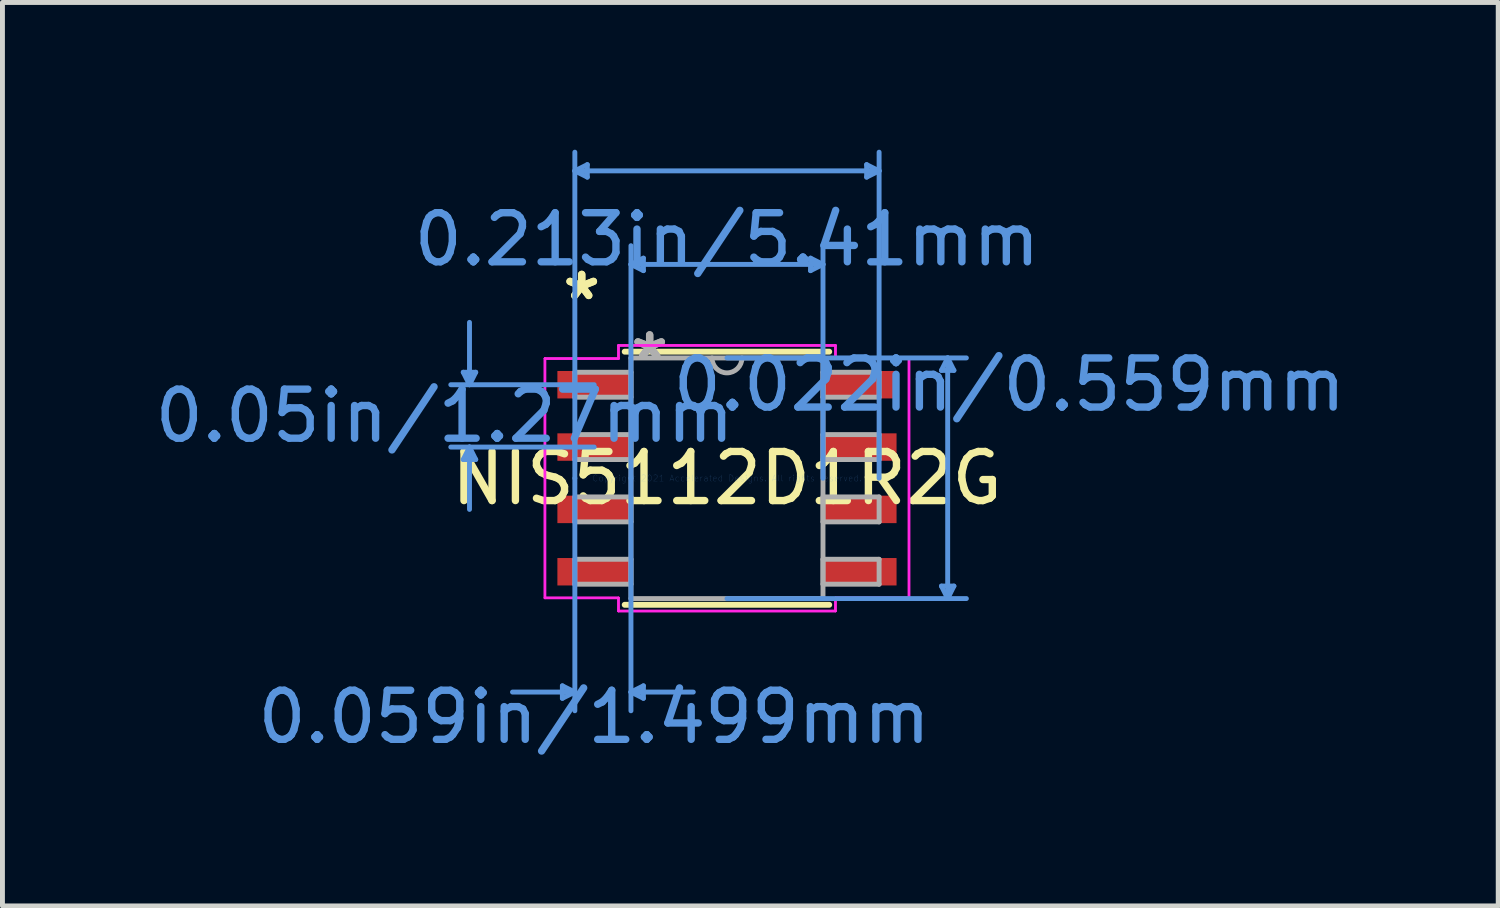
<source format=kicad_pcb>
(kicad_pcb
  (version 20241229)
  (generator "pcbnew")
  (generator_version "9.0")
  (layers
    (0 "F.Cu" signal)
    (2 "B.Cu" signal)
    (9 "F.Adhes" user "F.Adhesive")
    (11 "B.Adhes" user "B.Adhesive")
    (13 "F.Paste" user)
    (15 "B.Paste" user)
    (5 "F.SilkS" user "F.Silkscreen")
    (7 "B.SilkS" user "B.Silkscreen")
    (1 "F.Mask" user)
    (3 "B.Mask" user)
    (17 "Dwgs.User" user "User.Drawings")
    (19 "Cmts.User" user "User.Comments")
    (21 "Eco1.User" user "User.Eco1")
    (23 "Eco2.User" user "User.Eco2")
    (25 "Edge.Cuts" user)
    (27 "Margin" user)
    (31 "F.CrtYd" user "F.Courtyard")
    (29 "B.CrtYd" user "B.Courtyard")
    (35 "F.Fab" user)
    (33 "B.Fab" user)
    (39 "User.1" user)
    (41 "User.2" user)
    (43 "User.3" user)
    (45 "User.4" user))
  (footprint "NIS5112D1R2G"
    (layer "F.Cu")
    (at 11.759 6.692)
    (property "Reference" "NIS5112D1R2G" (at 0 0 0) (layer "F.SilkS") (effects (font (size 1 1) (thickness 0.15))))
    (attr through_hole)
    (fp_line (start -2.083 2.578) (end 2.083 2.578) (stroke (width 0.12) (type solid)) (layer "F.SilkS"))
    (fp_line (start 2.083 -2.578) (end -2.083 -2.578) (stroke (width 0.12) (type solid)) (layer "F.SilkS"))
    (fp_line (start -5.372 -2.159) (end -5.118 -2.159) (stroke (width 0.1) (type solid)) (layer "Cmts.User"))
    (fp_line (start -5.372 -0.381) (end -5.118 -0.381) (stroke (width 0.1) (type solid)) (layer "Cmts.User"))
    (fp_line (start -5.245 -1.905) (end -5.372 -2.159) (stroke (width 0.1) (type solid)) (layer "Cmts.User"))
    (fp_line (start -5.245 -1.905) (end -5.245 -3.175) (stroke (width 0.1) (type solid)) (layer "Cmts.User"))
    (fp_line (start -5.245 -1.905) (end -5.118 -2.159) (stroke (width 0.1) (type solid)) (layer "Cmts.User"))
    (fp_line (start -5.245 -0.635) (end -5.372 -0.381) (stroke (width 0.1) (type solid)) (layer "Cmts.User"))
    (fp_line (start -5.245 -0.635) (end -5.245 0.635) (stroke (width 0.1) (type solid)) (layer "Cmts.User"))
    (fp_line (start -5.245 -0.635) (end -5.118 -0.381) (stroke (width 0.1) (type solid)) (layer "Cmts.User"))
    (fp_line (start -3.353 4.229) (end -3.353 4.483) (stroke (width 0.1) (type solid)) (layer "Cmts.User"))
    (fp_line (start -3.099 -6.261) (end -2.845 -6.388) (stroke (width 0.1) (type solid)) (layer "Cmts.User"))
    (fp_line (start -3.099 -6.261) (end -2.845 -6.134) (stroke (width 0.1) (type solid)) (layer "Cmts.User"))
    (fp_line (start -3.099 -6.261) (end 3.099 -6.261) (stroke (width 0.1) (type solid)) (layer "Cmts.User"))
    (fp_line (start -3.099 0) (end -3.099 -6.642) (stroke (width 0.1) (type solid)) (layer "Cmts.User"))
    (fp_line (start -3.099 0) (end -3.099 4.737) (stroke (width 0.1) (type solid)) (layer "Cmts.User"))
    (fp_line (start -3.099 4.356) (end -4.369 4.356) (stroke (width 0.1) (type solid)) (layer "Cmts.User"))
    (fp_line (start -3.099 4.356) (end -3.353 4.229) (stroke (width 0.1) (type solid)) (layer "Cmts.User"))
    (fp_line (start -3.099 4.356) (end -3.353 4.483) (stroke (width 0.1) (type solid)) (layer "Cmts.User"))
    (fp_line (start -2.845 -6.388) (end -2.845 -6.134) (stroke (width 0.1) (type solid)) (layer "Cmts.User"))
    (fp_line (start -2.705 -1.905) (end -5.626 -1.905) (stroke (width 0.1) (type solid)) (layer "Cmts.User"))
    (fp_line (start -2.705 -0.635) (end -5.626 -0.635) (stroke (width 0.1) (type solid)) (layer "Cmts.User"))
    (fp_line (start -1.956 -4.356) (end -1.702 -4.483) (stroke (width 0.1) (type solid)) (layer "Cmts.User"))
    (fp_line (start -1.956 -4.356) (end -1.702 -4.229) (stroke (width 0.1) (type solid)) (layer "Cmts.User"))
    (fp_line (start -1.956 -4.356) (end 1.956 -4.356) (stroke (width 0.1) (type solid)) (layer "Cmts.User"))
    (fp_line (start -1.956 0) (end -1.956 -4.737) (stroke (width 0.1) (type solid)) (layer "Cmts.User"))
    (fp_line (start -1.956 0) (end -1.956 4.737) (stroke (width 0.1) (type solid)) (layer "Cmts.User"))
    (fp_line (start -1.956 4.356) (end -1.702 4.229) (stroke (width 0.1) (type solid)) (layer "Cmts.User"))
    (fp_line (start -1.956 4.356) (end -1.702 4.483) (stroke (width 0.1) (type solid)) (layer "Cmts.User"))
    (fp_line (start -1.956 4.356) (end -0.686 4.356) (stroke (width 0.1) (type solid)) (layer "Cmts.User"))
    (fp_line (start -1.702 -4.483) (end -1.702 -4.229) (stroke (width 0.1) (type solid)) (layer "Cmts.User"))
    (fp_line (start -1.702 4.229) (end -1.702 4.483) (stroke (width 0.1) (type solid)) (layer "Cmts.User"))
    (fp_line (start 0 -2.451) (end 4.877 -2.451) (stroke (width 0.1) (type solid)) (layer "Cmts.User"))
    (fp_line (start 0 2.451) (end 4.877 2.451) (stroke (width 0.1) (type solid)) (layer "Cmts.User"))
    (fp_line (start 1.702 -4.483) (end 1.702 -4.229) (stroke (width 0.1) (type solid)) (layer "Cmts.User"))
    (fp_line (start 1.956 -4.356) (end 1.702 -4.483) (stroke (width 0.1) (type solid)) (layer "Cmts.User"))
    (fp_line (start 1.956 -4.356) (end 1.702 -4.229) (stroke (width 0.1) (type solid)) (layer "Cmts.User"))
    (fp_line (start 1.956 0) (end 1.956 -4.737) (stroke (width 0.1) (type solid)) (layer "Cmts.User"))
    (fp_line (start 2.845 -6.388) (end 2.845 -6.134) (stroke (width 0.1) (type solid)) (layer "Cmts.User"))
    (fp_line (start 3.099 -6.261) (end 2.845 -6.388) (stroke (width 0.1) (type solid)) (layer "Cmts.User"))
    (fp_line (start 3.099 -6.261) (end 2.845 -6.134) (stroke (width 0.1) (type solid)) (layer "Cmts.User"))
    (fp_line (start 3.099 0) (end 3.099 -6.642) (stroke (width 0.1) (type solid)) (layer "Cmts.User"))
    (fp_line (start 4.369 -2.197) (end 4.623 -2.197) (stroke (width 0.1) (type solid)) (layer "Cmts.User"))
    (fp_line (start 4.369 2.197) (end 4.623 2.197) (stroke (width 0.1) (type solid)) (layer "Cmts.User"))
    (fp_line (start 4.496 -2.451) (end 4.369 -2.197) (stroke (width 0.1) (type solid)) (layer "Cmts.User"))
    (fp_line (start 4.496 -2.451) (end 4.496 2.451) (stroke (width 0.1) (type solid)) (layer "Cmts.User"))
    (fp_line (start 4.496 -2.451) (end 4.623 -2.197) (stroke (width 0.1) (type solid)) (layer "Cmts.User"))
    (fp_line (start 4.496 2.451) (end 4.369 2.197) (stroke (width 0.1) (type solid)) (layer "Cmts.User"))
    (fp_line (start 4.496 2.451) (end 4.623 2.197) (stroke (width 0.1) (type solid)) (layer "Cmts.User"))
    (fp_line (start -3.708 -2.438) (end -2.21 -2.438) (stroke (width 0.05) (type solid)) (layer "F.CrtYd"))
    (fp_line (start -3.708 -2.438) (end -2.21 -2.438) (stroke (width 0.05) (type solid)) (layer "F.CrtYd"))
    (fp_line (start -3.708 2.438) (end -3.708 -2.438) (stroke (width 0.05) (type solid)) (layer "F.CrtYd"))
    (fp_line (start -3.708 2.438) (end -3.708 -2.438) (stroke (width 0.05) (type solid)) (layer "F.CrtYd"))
    (fp_line (start -3.708 2.438) (end -2.21 2.438) (stroke (width 0.05) (type solid)) (layer "F.CrtYd"))
    (fp_line (start -2.21 -2.705) (end 2.21 -2.705) (stroke (width 0.05) (type solid)) (layer "F.CrtYd"))
    (fp_line (start -2.21 -2.705) (end 2.21 -2.705) (stroke (width 0.05) (type solid)) (layer "F.CrtYd"))
    (fp_line (start -2.21 -2.438) (end -2.21 -2.705) (stroke (width 0.05) (type solid)) (layer "F.CrtYd"))
    (fp_line (start -2.21 -2.438) (end -2.21 -2.705) (stroke (width 0.05) (type solid)) (layer "F.CrtYd"))
    (fp_line (start -2.21 2.438) (end -3.708 2.438) (stroke (width 0.05) (type solid)) (layer "F.CrtYd"))
    (fp_line (start -2.21 2.705) (end -2.21 2.438) (stroke (width 0.05) (type solid)) (layer "F.CrtYd"))
    (fp_line (start -2.21 2.705) (end -2.21 2.438) (stroke (width 0.05) (type solid)) (layer "F.CrtYd"))
    (fp_line (start 2.21 -2.705) (end 2.21 -2.438) (stroke (width 0.05) (type solid)) (layer "F.CrtYd"))
    (fp_line (start 2.21 -2.705) (end 2.21 -2.438) (stroke (width 0.05) (type solid)) (layer "F.CrtYd"))
    (fp_line (start 2.21 -2.438) (end 3.708 -2.438) (stroke (width 0.05) (type solid)) (layer "F.CrtYd"))
    (fp_line (start 2.21 2.438) (end 2.21 2.705) (stroke (width 0.05) (type solid)) (layer "F.CrtYd"))
    (fp_line (start 2.21 2.438) (end 2.21 2.705) (stroke (width 0.05) (type solid)) (layer "F.CrtYd"))
    (fp_line (start 2.21 2.705) (end -2.21 2.705) (stroke (width 0.05) (type solid)) (layer "F.CrtYd"))
    (fp_line (start 2.21 2.705) (end -2.21 2.705) (stroke (width 0.05) (type solid)) (layer "F.CrtYd"))
    (fp_line (start 3.708 -2.438) (end 2.21 -2.438) (stroke (width 0.05) (type solid)) (layer "F.CrtYd"))
    (fp_line (start 3.708 -2.438) (end 3.708 2.438) (stroke (width 0.05) (type solid)) (layer "F.CrtYd"))
    (fp_line (start 3.708 -2.438) (end 3.708 2.438) (stroke (width 0.05) (type solid)) (layer "F.CrtYd"))
    (fp_line (start 3.708 2.438) (end 2.21 2.438) (stroke (width 0.05) (type solid)) (layer "F.CrtYd"))
    (fp_line (start 3.708 2.438) (end 2.21 2.438) (stroke (width 0.05) (type solid)) (layer "F.CrtYd"))
    (fp_line (start -3.099 -2.159) (end -3.099 -1.651) (stroke (width 0.1) (type solid)) (layer "F.Fab"))
    (fp_line (start -3.099 -1.651) (end -1.956 -1.651) (stroke (width 0.1) (type solid)) (layer "F.Fab"))
    (fp_line (start -3.099 -0.889) (end -3.099 -0.381) (stroke (width 0.1) (type solid)) (layer "F.Fab"))
    (fp_line (start -3.099 -0.381) (end -1.956 -0.381) (stroke (width 0.1) (type solid)) (layer "F.Fab"))
    (fp_line (start -3.099 0.381) (end -3.099 0.889) (stroke (width 0.1) (type solid)) (layer "F.Fab"))
    (fp_line (start -3.099 0.889) (end -1.956 0.889) (stroke (width 0.1) (type solid)) (layer "F.Fab"))
    (fp_line (start -3.099 1.651) (end -3.099 2.159) (stroke (width 0.1) (type solid)) (layer "F.Fab"))
    (fp_line (start -3.099 2.159) (end -1.956 2.159) (stroke (width 0.1) (type solid)) (layer "F.Fab"))
    (fp_line (start -1.956 -2.451) (end -1.956 2.451) (stroke (width 0.1) (type solid)) (layer "F.Fab"))
    (fp_line (start -1.956 -2.159) (end -3.099 -2.159) (stroke (width 0.1) (type solid)) (layer "F.Fab"))
    (fp_line (start -1.956 -1.651) (end -1.956 -2.159) (stroke (width 0.1) (type solid)) (layer "F.Fab"))
    (fp_line (start -1.956 -0.889) (end -3.099 -0.889) (stroke (width 0.1) (type solid)) (layer "F.Fab"))
    (fp_line (start -1.956 -0.381) (end -1.956 -0.889) (stroke (width 0.1) (type solid)) (layer "F.Fab"))
    (fp_line (start -1.956 0.381) (end -3.099 0.381) (stroke (width 0.1) (type solid)) (layer "F.Fab"))
    (fp_line (start -1.956 0.889) (end -1.956 0.381) (stroke (width 0.1) (type solid)) (layer "F.Fab"))
    (fp_line (start -1.956 1.651) (end -3.099 1.651) (stroke (width 0.1) (type solid)) (layer "F.Fab"))
    (fp_line (start -1.956 2.159) (end -1.956 1.651) (stroke (width 0.1) (type solid)) (layer "F.Fab"))
    (fp_line (start -1.956 2.451) (end 1.956 2.451) (stroke (width 0.1) (type solid)) (layer "F.Fab"))
    (fp_line (start 1.956 -2.451) (end -1.956 -2.451) (stroke (width 0.1) (type solid)) (layer "F.Fab"))
    (fp_line (start 1.956 -2.159) (end 1.956 -1.651) (stroke (width 0.1) (type solid)) (layer "F.Fab"))
    (fp_line (start 1.956 -1.651) (end 3.099 -1.651) (stroke (width 0.1) (type solid)) (layer "F.Fab"))
    (fp_line (start 1.956 -0.889) (end 1.956 -0.381) (stroke (width 0.1) (type solid)) (layer "F.Fab"))
    (fp_line (start 1.956 -0.381) (end 3.099 -0.381) (stroke (width 0.1) (type solid)) (layer "F.Fab"))
    (fp_line (start 1.956 0.381) (end 1.956 0.889) (stroke (width 0.1) (type solid)) (layer "F.Fab"))
    (fp_line (start 1.956 0.889) (end 3.099 0.889) (stroke (width 0.1) (type solid)) (layer "F.Fab"))
    (fp_line (start 1.956 1.651) (end 1.956 2.159) (stroke (width 0.1) (type solid)) (layer "F.Fab"))
    (fp_line (start 1.956 2.159) (end 3.099 2.159) (stroke (width 0.1) (type solid)) (layer "F.Fab"))
    (fp_line (start 1.956 2.451) (end 1.956 -2.451) (stroke (width 0.1) (type solid)) (layer "F.Fab"))
    (fp_line (start 3.099 -2.159) (end 1.956 -2.159) (stroke (width 0.1) (type solid)) (layer "F.Fab"))
    (fp_line (start 3.099 -1.651) (end 3.099 -2.159) (stroke (width 0.1) (type solid)) (layer "F.Fab"))
    (fp_line (start 3.099 -0.889) (end 1.956 -0.889) (stroke (width 0.1) (type solid)) (layer "F.Fab"))
    (fp_line (start 3.099 -0.381) (end 3.099 -0.889) (stroke (width 0.1) (type solid)) (layer "F.Fab"))
    (fp_line (start 3.099 0.381) (end 1.956 0.381) (stroke (width 0.1) (type solid)) (layer "F.Fab"))
    (fp_line (start 3.099 0.889) (end 3.099 0.381) (stroke (width 0.1) (type solid)) (layer "F.Fab"))
    (fp_line (start 3.099 1.651) (end 1.956 1.651) (stroke (width 0.1) (type solid)) (layer "F.Fab"))
    (fp_line (start 3.099 2.159) (end 3.099 1.651) (stroke (width 0.1) (type solid)) (layer "F.Fab"))
    (fp_arc (start 0.3048 -2.4511) (mid 0 -2.1463) (end -0.3048 -2.4511) (stroke (width 0.1) (type solid)) (layer "F.Fab"))
    (fp_text user "*" (at -2.959 -3.607 0) (layer "F.SilkS") (effects (font (size 1 1) (thickness 0.15))))
    (fp_text user "*" (at -2.959 -3.607 0) (layer "F.SilkS") (effects (font (size 1 1) (thickness 0.15))))
    (fp_text user "0.022in/0.559mm" (at 5.753 -1.905 0) (layer "Cmts.User") (effects (font (size 1 1) (thickness 0.15))))
    (fp_text user "0.05in/1.27mm" (at -5.753 -1.27 0) (layer "Cmts.User") (effects (font (size 1 1) (thickness 0.15))))
    (fp_text user "Copyright 2021 Accelerated Designs. All rights reserved." (at 0 0 0) (layer "Cmts.User") (effects (font (size 0.127 0.127) (thickness 0.002))))
    (fp_text user "0.213in/5.41mm" (at 0 -4.864 0) (layer "Cmts.User") (effects (font (size 1 1) (thickness 0.15))))
    (fp_text user "0.059in/1.499mm" (at -2.705 4.864 0) (layer "Cmts.User") (effects (font (size 1 1) (thickness 0.15))))
    (fp_text user "*" (at -1.575 -2.375 0) (layer "F.Fab") (effects (font (size 1 1) (thickness 0.15))))
    (fp_text user "*" (at -1.575 -2.375 0) (layer "F.Fab") (effects (font (size 1 1) (thickness 0.15))))
    (pad "1" smd rect (at -2.705 -1.905) (size 1.499 0.559) (layers "F.Cu" "F.Mask" "F.Paste"))
    (pad "2" smd rect (at -2.705 -0.635) (size 1.499 0.559) (layers "F.Cu" "F.Mask" "F.Paste"))
    (pad "3" smd rect (at -2.705 0.635) (size 1.499 0.559) (layers "F.Cu" "F.Mask" "F.Paste"))
    (pad "4" smd rect (at -2.705 1.905) (size 1.499 0.559) (layers "F.Cu" "F.Mask" "F.Paste"))
    (pad "5" smd rect (at 2.705 1.905) (size 1.499 0.559) (layers "F.Cu" "F.Mask" "F.Paste"))
    (pad "6" smd rect (at 2.705 0.635) (size 1.499 0.559) (layers "F.Cu" "F.Mask" "F.Paste"))
    (pad "7" smd rect (at 2.705 -0.635) (size 1.499 0.559) (layers "F.Cu" "F.Mask" "F.Paste"))
    (pad "8" smd rect (at 2.705 -1.905) (size 1.499 0.559) (layers "F.Cu" "F.Mask" "F.Paste")))
  (gr_rect
    (start -3 -3)
    (end 27.47 15.404)
    (stroke (width 0.1) (type default))
    (fill no)
    (layer "Edge.Cuts")))
</source>
